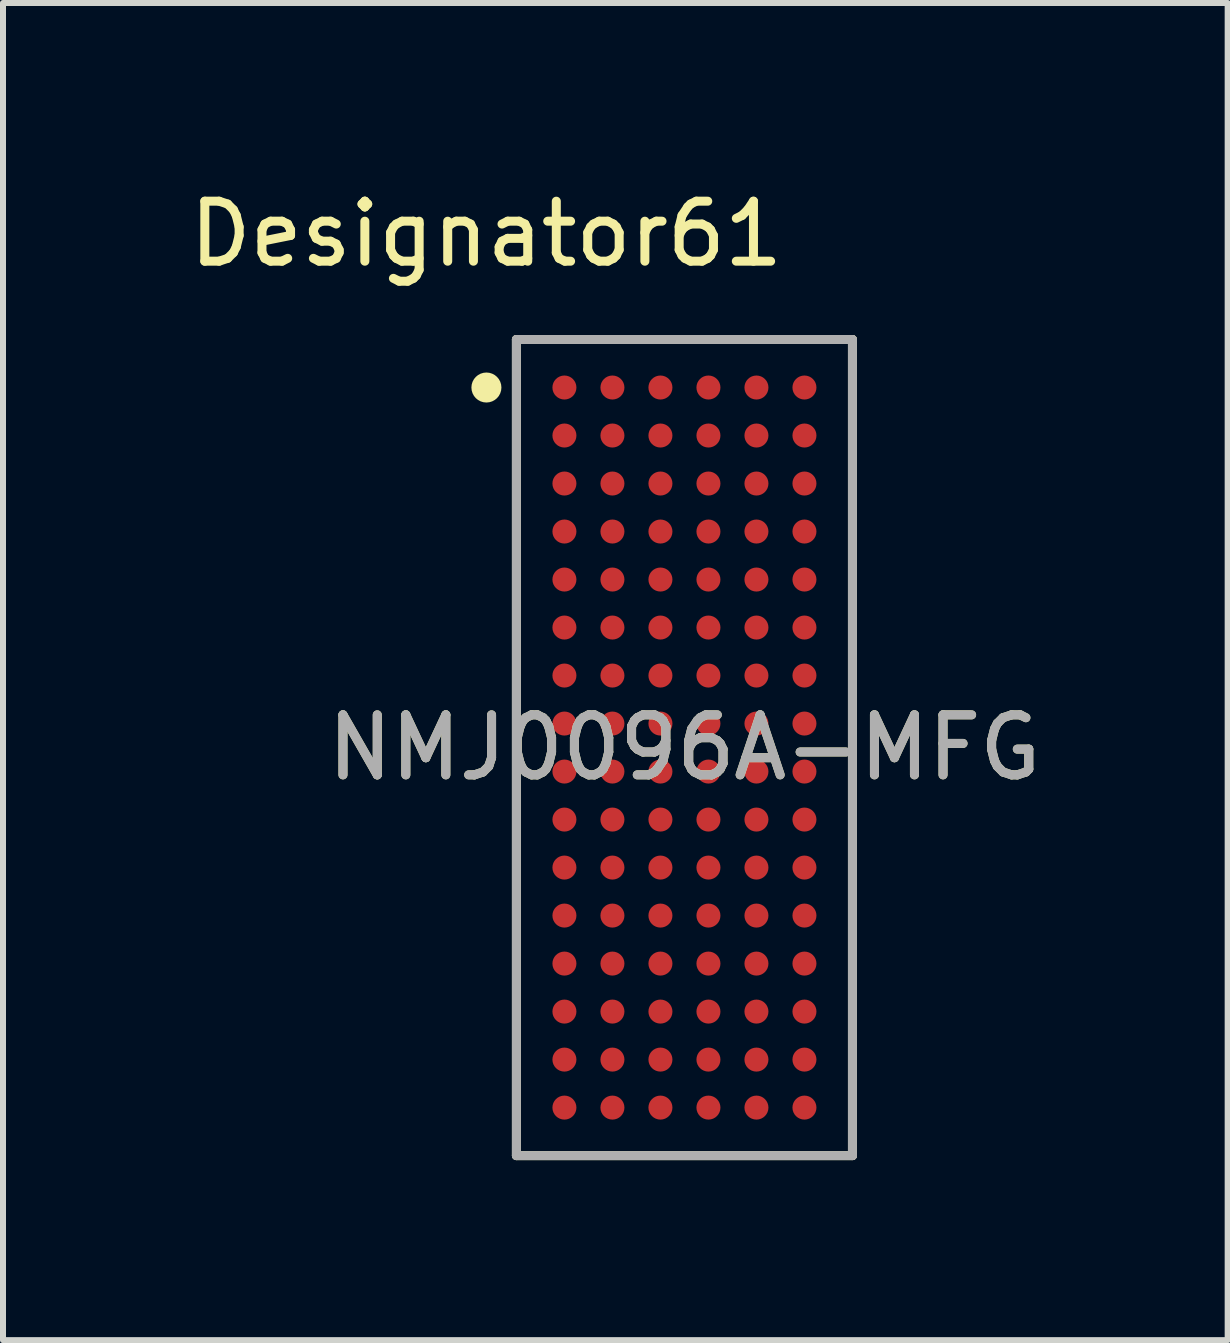
<source format=kicad_pcb>
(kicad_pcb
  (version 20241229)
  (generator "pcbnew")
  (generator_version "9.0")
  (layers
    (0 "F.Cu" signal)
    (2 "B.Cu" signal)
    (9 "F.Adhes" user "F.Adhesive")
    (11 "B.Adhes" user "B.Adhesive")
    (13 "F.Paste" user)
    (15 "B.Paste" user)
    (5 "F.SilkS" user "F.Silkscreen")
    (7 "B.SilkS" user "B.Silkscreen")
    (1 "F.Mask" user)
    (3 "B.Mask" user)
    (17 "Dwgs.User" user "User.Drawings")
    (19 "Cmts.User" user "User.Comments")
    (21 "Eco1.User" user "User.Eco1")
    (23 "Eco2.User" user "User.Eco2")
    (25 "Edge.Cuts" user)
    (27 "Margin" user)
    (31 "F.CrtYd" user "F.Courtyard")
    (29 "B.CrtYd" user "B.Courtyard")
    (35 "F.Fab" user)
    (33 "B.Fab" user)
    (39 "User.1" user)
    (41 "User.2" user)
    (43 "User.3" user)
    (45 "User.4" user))
  (footprint "NMJ0096A-MFG"
    (layer "F.Cu")
    (at 8.356 9.408)
    (property "Reference" "NMJ0096A-MFG" (at 0 0 0) (unlocked yes) (layer "F.SilkS") (effects (font (size 1 1) (thickness 0.15))))
    (attr smd)
    (fp_circle (center -2 -6) (end -1.875 -6) (stroke (width 0.25) (type solid)) (fill no) (layer "F.Mask"))
    (fp_circle (center -2 -5.2) (end -1.875 -5.2) (stroke (width 0.25) (type solid)) (fill no) (layer "F.Mask"))
    (fp_circle (center -2 -4.4) (end -1.875 -4.4) (stroke (width 0.25) (type solid)) (fill no) (layer "F.Mask"))
    (fp_circle (center -2 -3.6) (end -1.875 -3.6) (stroke (width 0.25) (type solid)) (fill no) (layer "F.Mask"))
    (fp_circle (center -2 -2.8) (end -1.875 -2.8) (stroke (width 0.25) (type solid)) (fill no) (layer "F.Mask"))
    (fp_circle (center -2 -2) (end -1.875 -2) (stroke (width 0.25) (type solid)) (fill no) (layer "F.Mask"))
    (fp_circle (center -2 -1.2) (end -1.875 -1.2) (stroke (width 0.25) (type solid)) (fill no) (layer "F.Mask"))
    (fp_circle (center -2 -0.4) (end -1.875 -0.4) (stroke (width 0.25) (type solid)) (fill no) (layer "F.Mask"))
    (fp_circle (center -2 0.4) (end -1.875 0.4) (stroke (width 0.25) (type solid)) (fill no) (layer "F.Mask"))
    (fp_circle (center -2 1.2) (end -1.875 1.2) (stroke (width 0.25) (type solid)) (fill no) (layer "F.Mask"))
    (fp_circle (center -2 2) (end -1.875 2) (stroke (width 0.25) (type solid)) (fill no) (layer "F.Mask"))
    (fp_circle (center -2 2.8) (end -1.875 2.8) (stroke (width 0.25) (type solid)) (fill no) (layer "F.Mask"))
    (fp_circle (center -2 3.6) (end -1.875 3.6) (stroke (width 0.25) (type solid)) (fill no) (layer "F.Mask"))
    (fp_circle (center -2 4.4) (end -1.875 4.4) (stroke (width 0.25) (type solid)) (fill no) (layer "F.Mask"))
    (fp_circle (center -2 5.2) (end -1.875 5.2) (stroke (width 0.25) (type solid)) (fill no) (layer "F.Mask"))
    (fp_circle (center -2 6) (end -1.875 6) (stroke (width 0.25) (type solid)) (fill no) (layer "F.Mask"))
    (fp_circle (center -1.2 -6) (end -1.075 -6) (stroke (width 0.25) (type solid)) (fill no) (layer "F.Mask"))
    (fp_circle (center -1.2 -5.2) (end -1.075 -5.2) (stroke (width 0.25) (type solid)) (fill no) (layer "F.Mask"))
    (fp_circle (center -1.2 -4.4) (end -1.075 -4.4) (stroke (width 0.25) (type solid)) (fill no) (layer "F.Mask"))
    (fp_circle (center -1.2 -3.6) (end -1.075 -3.6) (stroke (width 0.25) (type solid)) (fill no) (layer "F.Mask"))
    (fp_circle (center -1.2 -2.8) (end -1.075 -2.8) (stroke (width 0.25) (type solid)) (fill no) (layer "F.Mask"))
    (fp_circle (center -1.2 -2) (end -1.075 -2) (stroke (width 0.25) (type solid)) (fill no) (layer "F.Mask"))
    (fp_circle (center -1.2 -1.2) (end -1.075 -1.2) (stroke (width 0.25) (type solid)) (fill no) (layer "F.Mask"))
    (fp_circle (center -1.2 -0.4) (end -1.075 -0.4) (stroke (width 0.25) (type solid)) (fill no) (layer "F.Mask"))
    (fp_circle (center -1.2 0.4) (end -1.075 0.4) (stroke (width 0.25) (type solid)) (fill no) (layer "F.Mask"))
    (fp_circle (center -1.2 1.2) (end -1.075 1.2) (stroke (width 0.25) (type solid)) (fill no) (layer "F.Mask"))
    (fp_circle (center -1.2 2) (end -1.075 2) (stroke (width 0.25) (type solid)) (fill no) (layer "F.Mask"))
    (fp_circle (center -1.2 2.8) (end -1.075 2.8) (stroke (width 0.25) (type solid)) (fill no) (layer "F.Mask"))
    (fp_circle (center -1.2 3.6) (end -1.075 3.6) (stroke (width 0.25) (type solid)) (fill no) (layer "F.Mask"))
    (fp_circle (center -1.2 4.4) (end -1.075 4.4) (stroke (width 0.25) (type solid)) (fill no) (layer "F.Mask"))
    (fp_circle (center -1.2 5.2) (end -1.075 5.2) (stroke (width 0.25) (type solid)) (fill no) (layer "F.Mask"))
    (fp_circle (center -1.2 6) (end -1.075 6) (stroke (width 0.25) (type solid)) (fill no) (layer "F.Mask"))
    (fp_circle (center -0.4 -6) (end -0.275 -6) (stroke (width 0.25) (type solid)) (fill no) (layer "F.Mask"))
    (fp_circle (center -0.4 -5.2) (end -0.275 -5.2) (stroke (width 0.25) (type solid)) (fill no) (layer "F.Mask"))
    (fp_circle (center -0.4 -4.4) (end -0.275 -4.4) (stroke (width 0.25) (type solid)) (fill no) (layer "F.Mask"))
    (fp_circle (center -0.4 -3.6) (end -0.275 -3.6) (stroke (width 0.25) (type solid)) (fill no) (layer "F.Mask"))
    (fp_circle (center -0.4 -2.8) (end -0.275 -2.8) (stroke (width 0.25) (type solid)) (fill no) (layer "F.Mask"))
    (fp_circle (center -0.4 -2) (end -0.275 -2) (stroke (width 0.25) (type solid)) (fill no) (layer "F.Mask"))
    (fp_circle (center -0.4 -1.2) (end -0.275 -1.2) (stroke (width 0.25) (type solid)) (fill no) (layer "F.Mask"))
    (fp_circle (center -0.4 -0.4) (end -0.275 -0.4) (stroke (width 0.25) (type solid)) (fill no) (layer "F.Mask"))
    (fp_circle (center -0.4 0.4) (end -0.275 0.4) (stroke (width 0.25) (type solid)) (fill no) (layer "F.Mask"))
    (fp_circle (center -0.4 1.2) (end -0.275 1.2) (stroke (width 0.25) (type solid)) (fill no) (layer "F.Mask"))
    (fp_circle (center -0.4 2) (end -0.275 2) (stroke (width 0.25) (type solid)) (fill no) (layer "F.Mask"))
    (fp_circle (center -0.4 2.8) (end -0.275 2.8) (stroke (width 0.25) (type solid)) (fill no) (layer "F.Mask"))
    (fp_circle (center -0.4 3.6) (end -0.275 3.6) (stroke (width 0.25) (type solid)) (fill no) (layer "F.Mask"))
    (fp_circle (center -0.4 4.4) (end -0.275 4.4) (stroke (width 0.25) (type solid)) (fill no) (layer "F.Mask"))
    (fp_circle (center -0.4 5.2) (end -0.275 5.2) (stroke (width 0.25) (type solid)) (fill no) (layer "F.Mask"))
    (fp_circle (center -0.4 6) (end -0.275 6) (stroke (width 0.25) (type solid)) (fill no) (layer "F.Mask"))
    (fp_circle (center 0.4 -6) (end 0.525 -6) (stroke (width 0.25) (type solid)) (fill no) (layer "F.Mask"))
    (fp_circle (center 0.4 -5.2) (end 0.525 -5.2) (stroke (width 0.25) (type solid)) (fill no) (layer "F.Mask"))
    (fp_circle (center 0.4 -4.4) (end 0.525 -4.4) (stroke (width 0.25) (type solid)) (fill no) (layer "F.Mask"))
    (fp_circle (center 0.4 -3.6) (end 0.525 -3.6) (stroke (width 0.25) (type solid)) (fill no) (layer "F.Mask"))
    (fp_circle (center 0.4 -2.8) (end 0.525 -2.8) (stroke (width 0.25) (type solid)) (fill no) (layer "F.Mask"))
    (fp_circle (center 0.4 -2) (end 0.525 -2) (stroke (width 0.25) (type solid)) (fill no) (layer "F.Mask"))
    (fp_circle (center 0.4 -1.2) (end 0.525 -1.2) (stroke (width 0.25) (type solid)) (fill no) (layer "F.Mask"))
    (fp_circle (center 0.4 -0.4) (end 0.525 -0.4) (stroke (width 0.25) (type solid)) (fill no) (layer "F.Mask"))
    (fp_circle (center 0.4 0.4) (end 0.525 0.4) (stroke (width 0.25) (type solid)) (fill no) (layer "F.Mask"))
    (fp_circle (center 0.4 1.2) (end 0.525 1.2) (stroke (width 0.25) (type solid)) (fill no) (layer "F.Mask"))
    (fp_circle (center 0.4 2) (end 0.525 2) (stroke (width 0.25) (type solid)) (fill no) (layer "F.Mask"))
    (fp_circle (center 0.4 2.8) (end 0.525 2.8) (stroke (width 0.25) (type solid)) (fill no) (layer "F.Mask"))
    (fp_circle (center 0.4 3.6) (end 0.525 3.6) (stroke (width 0.25) (type solid)) (fill no) (layer "F.Mask"))
    (fp_circle (center 0.4 4.4) (end 0.525 4.4) (stroke (width 0.25) (type solid)) (fill no) (layer "F.Mask"))
    (fp_circle (center 0.4 5.2) (end 0.525 5.2) (stroke (width 0.25) (type solid)) (fill no) (layer "F.Mask"))
    (fp_circle (center 0.4 6) (end 0.525 6) (stroke (width 0.25) (type solid)) (fill no) (layer "F.Mask"))
    (fp_circle (center 1.2 -6) (end 1.325 -6) (stroke (width 0.25) (type solid)) (fill no) (layer "F.Mask"))
    (fp_circle (center 1.2 -5.2) (end 1.325 -5.2) (stroke (width 0.25) (type solid)) (fill no) (layer "F.Mask"))
    (fp_circle (center 1.2 -4.4) (end 1.325 -4.4) (stroke (width 0.25) (type solid)) (fill no) (layer "F.Mask"))
    (fp_circle (center 1.2 -3.6) (end 1.325 -3.6) (stroke (width 0.25) (type solid)) (fill no) (layer "F.Mask"))
    (fp_circle (center 1.2 -2.8) (end 1.325 -2.8) (stroke (width 0.25) (type solid)) (fill no) (layer "F.Mask"))
    (fp_circle (center 1.2 -2) (end 1.325 -2) (stroke (width 0.25) (type solid)) (fill no) (layer "F.Mask"))
    (fp_circle (center 1.2 -1.2) (end 1.325 -1.2) (stroke (width 0.25) (type solid)) (fill no) (layer "F.Mask"))
    (fp_circle (center 1.2 -0.4) (end 1.325 -0.4) (stroke (width 0.25) (type solid)) (fill no) (layer "F.Mask"))
    (fp_circle (center 1.2 0.4) (end 1.325 0.4) (stroke (width 0.25) (type solid)) (fill no) (layer "F.Mask"))
    (fp_circle (center 1.2 1.2) (end 1.325 1.2) (stroke (width 0.25) (type solid)) (fill no) (layer "F.Mask"))
    (fp_circle (center 1.2 2) (end 1.325 2) (stroke (width 0.25) (type solid)) (fill no) (layer "F.Mask"))
    (fp_circle (center 1.2 2.8) (end 1.325 2.8) (stroke (width 0.25) (type solid)) (fill no) (layer "F.Mask"))
    (fp_circle (center 1.2 3.6) (end 1.325 3.6) (stroke (width 0.25) (type solid)) (fill no) (layer "F.Mask"))
    (fp_circle (center 1.2 4.4) (end 1.325 4.4) (stroke (width 0.25) (type solid)) (fill no) (layer "F.Mask"))
    (fp_circle (center 1.2 5.2) (end 1.325 5.2) (stroke (width 0.25) (type solid)) (fill no) (layer "F.Mask"))
    (fp_circle (center 1.2 6) (end 1.325 6) (stroke (width 0.25) (type solid)) (fill no) (layer "F.Mask"))
    (fp_circle (center 2 -6) (end 2.125 -6) (stroke (width 0.25) (type solid)) (fill no) (layer "F.Mask"))
    (fp_circle (center 2 -5.2) (end 2.125 -5.2) (stroke (width 0.25) (type solid)) (fill no) (layer "F.Mask"))
    (fp_circle (center 2 -4.4) (end 2.125 -4.4) (stroke (width 0.25) (type solid)) (fill no) (layer "F.Mask"))
    (fp_circle (center 2 -3.6) (end 2.125 -3.6) (stroke (width 0.25) (type solid)) (fill no) (layer "F.Mask"))
    (fp_circle (center 2 -2.8) (end 2.125 -2.8) (stroke (width 0.25) (type solid)) (fill no) (layer "F.Mask"))
    (fp_circle (center 2 -2) (end 2.125 -2) (stroke (width 0.25) (type solid)) (fill no) (layer "F.Mask"))
    (fp_circle (center 2 -1.2) (end 2.125 -1.2) (stroke (width 0.25) (type solid)) (fill no) (layer "F.Mask"))
    (fp_circle (center 2 -0.4) (end 2.125 -0.4) (stroke (width 0.25) (type solid)) (fill no) (layer "F.Mask"))
    (fp_circle (center 2 0.4) (end 2.125 0.4) (stroke (width 0.25) (type solid)) (fill no) (layer "F.Mask"))
    (fp_circle (center 2 1.2) (end 2.125 1.2) (stroke (width 0.25) (type solid)) (fill no) (layer "F.Mask"))
    (fp_circle (center 2 2) (end 2.125 2) (stroke (width 0.25) (type solid)) (fill no) (layer "F.Mask"))
    (fp_circle (center 2 2.8) (end 2.125 2.8) (stroke (width 0.25) (type solid)) (fill no) (layer "F.Mask"))
    (fp_circle (center 2 3.6) (end 2.125 3.6) (stroke (width 0.25) (type solid)) (fill no) (layer "F.Mask"))
    (fp_circle (center 2 4.4) (end 2.125 4.4) (stroke (width 0.25) (type solid)) (fill no) (layer "F.Mask"))
    (fp_circle (center 2 5.2) (end 2.125 5.2) (stroke (width 0.25) (type solid)) (fill no) (layer "F.Mask"))
    (fp_circle (center 2 6) (end 2.125 6) (stroke (width 0.25) (type solid)) (fill no) (layer "F.Mask"))
    (fp_line (start -2.8 -6.8) (end 2.8 -6.8) (stroke (width 0.15) (type solid)) (layer "F.SilkS"))
    (fp_line (start -2.8 6.8) (end -2.8 -6.8) (stroke (width 0.15) (type solid)) (layer "F.SilkS"))
    (fp_line (start -2.8 6.8) (end 2.8 6.8) (stroke (width 0.15) (type solid)) (layer "F.SilkS"))
    (fp_line (start 2.8 6.8) (end 2.8 -6.8) (stroke (width 0.15) (type solid)) (layer "F.SilkS"))
    (fp_circle (center -3.3 -6) (end -3.175 -6) (stroke (width 0.25) (type solid)) (fill no) (layer "F.SilkS"))
    (fp_line (start -2.8 -6.8) (end 2.8 -6.8) (stroke (width 0.15) (type solid)) (layer "F.Fab"))
    (fp_line (start -2.8 6.8) (end -2.8 -6.8) (stroke (width 0.15) (type solid)) (layer "F.Fab"))
    (fp_line (start -2.8 6.8) (end 2.8 6.8) (stroke (width 0.15) (type solid)) (layer "F.Fab"))
    (fp_line (start 2.8 6.8) (end 2.8 -6.8) (stroke (width 0.15) (type solid)) (layer "F.Fab"))
    (fp_text user "Designator61" (at -3.302 -8.56 0) (unlocked yes) (layer "F.SilkS") (effects (font (size 1 1) (thickness 0.15))))
    (fp_text user "${REFERENCE}" (at 0 0 0) (unlocked yes) (layer "F.Fab") (effects (font (size 1 1) (thickness 0.15))))
    (pad "A1" smd circle (at -2 -6) (size 0.4 0.4) (layers "F.Cu" "F.Paste"))
    (pad "A2" smd circle (at -1.2 -6) (size 0.4 0.4) (layers "F.Cu" "F.Paste"))
    (pad "A3" smd circle (at -0.4 -6) (size 0.4 0.4) (layers "F.Cu" "F.Paste"))
    (pad "A4" smd circle (at 0.4 -6) (size 0.4 0.4) (layers "F.Cu" "F.Paste"))
    (pad "A5" smd circle (at 1.2 -6) (size 0.4 0.4) (layers "F.Cu" "F.Paste"))
    (pad "A6" smd circle (at 2 -6) (size 0.4 0.4) (layers "F.Cu" "F.Paste"))
    (pad "B1" smd circle (at -2 -5.2) (size 0.4 0.4) (layers "F.Cu" "F.Paste"))
    (pad "B2" smd circle (at -1.2 -5.2) (size 0.4 0.4) (layers "F.Cu" "F.Paste"))
    (pad "B3" smd circle (at -0.4 -5.2) (size 0.4 0.4) (layers "F.Cu" "F.Paste"))
    (pad "B4" smd circle (at 0.4 -5.2) (size 0.4 0.4) (layers "F.Cu" "F.Paste"))
    (pad "B5" smd circle (at 1.2 -5.2) (size 0.4 0.4) (layers "F.Cu" "F.Paste"))
    (pad "B6" smd circle (at 2 -5.2) (size 0.4 0.4) (layers "F.Cu" "F.Paste"))
    (pad "C1" smd circle (at -2 -4.4) (size 0.4 0.4) (layers "F.Cu" "F.Paste"))
    (pad "C2" smd circle (at -1.2 -4.4) (size 0.4 0.4) (layers "F.Cu" "F.Paste"))
    (pad "C3" smd circle (at -0.4 -4.4) (size 0.4 0.4) (layers "F.Cu" "F.Paste"))
    (pad "C4" smd circle (at 0.4 -4.4) (size 0.4 0.4) (layers "F.Cu" "F.Paste"))
    (pad "C5" smd circle (at 1.2 -4.4) (size 0.4 0.4) (layers "F.Cu" "F.Paste"))
    (pad "C6" smd circle (at 2 -4.4) (size 0.4 0.4) (layers "F.Cu" "F.Paste"))
    (pad "D1" smd circle (at -2 -3.6) (size 0.4 0.4) (layers "F.Cu" "F.Paste"))
    (pad "D2" smd circle (at -1.2 -3.6) (size 0.4 0.4) (layers "F.Cu" "F.Paste"))
    (pad "D3" smd circle (at -0.4 -3.6) (size 0.4 0.4) (layers "F.Cu" "F.Paste"))
    (pad "D4" smd circle (at 0.4 -3.6) (size 0.4 0.4) (layers "F.Cu" "F.Paste"))
    (pad "D5" smd circle (at 1.2 -3.6) (size 0.4 0.4) (layers "F.Cu" "F.Paste"))
    (pad "D6" smd circle (at 2 -3.6) (size 0.4 0.4) (layers "F.Cu" "F.Paste"))
    (pad "E1" smd circle (at -2 -2.8) (size 0.4 0.4) (layers "F.Cu" "F.Paste"))
    (pad "E2" smd circle (at -1.2 -2.8) (size 0.4 0.4) (layers "F.Cu" "F.Paste"))
    (pad "E3" smd circle (at -0.4 -2.8) (size 0.4 0.4) (layers "F.Cu" "F.Paste"))
    (pad "E4" smd circle (at 0.4 -2.8) (size 0.4 0.4) (layers "F.Cu" "F.Paste"))
    (pad "E5" smd circle (at 1.2 -2.8) (size 0.4 0.4) (layers "F.Cu" "F.Paste"))
    (pad "E6" smd circle (at 2 -2.8) (size 0.4 0.4) (layers "F.Cu" "F.Paste"))
    (pad "F1" smd circle (at -2 -2) (size 0.4 0.4) (layers "F.Cu" "F.Paste"))
    (pad "F2" smd circle (at -1.2 -2) (size 0.4 0.4) (layers "F.Cu" "F.Paste"))
    (pad "F3" smd circle (at -0.4 -2) (size 0.4 0.4) (layers "F.Cu" "F.Paste"))
    (pad "F4" smd circle (at 0.4 -2) (size 0.4 0.4) (layers "F.Cu" "F.Paste"))
    (pad "F5" smd circle (at 1.2 -2) (size 0.4 0.4) (layers "F.Cu" "F.Paste"))
    (pad "F6" smd circle (at 2 -2) (size 0.4 0.4) (layers "F.Cu" "F.Paste"))
    (pad "G1" smd circle (at -2 -1.2) (size 0.4 0.4) (layers "F.Cu" "F.Paste"))
    (pad "G2" smd circle (at -1.2 -1.2) (size 0.4 0.4) (layers "F.Cu" "F.Paste"))
    (pad "G3" smd circle (at -0.4 -1.2) (size 0.4 0.4) (layers "F.Cu" "F.Paste"))
    (pad "G4" smd circle (at 0.4 -1.2) (size 0.4 0.4) (layers "F.Cu" "F.Paste"))
    (pad "G5" smd circle (at 1.2 -1.2) (size 0.4 0.4) (layers "F.Cu" "F.Paste"))
    (pad "G6" smd circle (at 2 -1.2) (size 0.4 0.4) (layers "F.Cu" "F.Paste"))
    (pad "H1" smd circle (at -2 -0.4) (size 0.4 0.4) (layers "F.Cu" "F.Paste"))
    (pad "H2" smd circle (at -1.2 -0.4) (size 0.4 0.4) (layers "F.Cu" "F.Paste"))
    (pad "H3" smd circle (at -0.4 -0.4) (size 0.4 0.4) (layers "F.Cu" "F.Paste"))
    (pad "H4" smd circle (at 0.4 -0.4) (size 0.4 0.4) (layers "F.Cu" "F.Paste"))
    (pad "H5" smd circle (at 1.2 -0.4) (size 0.4 0.4) (layers "F.Cu" "F.Paste"))
    (pad "H6" smd circle (at 2 -0.4) (size 0.4 0.4) (layers "F.Cu" "F.Paste"))
    (pad "J1" smd circle (at -2 0.4) (size 0.4 0.4) (layers "F.Cu" "F.Paste"))
    (pad "J2" smd circle (at -1.2 0.4) (size 0.4 0.4) (layers "F.Cu" "F.Paste"))
    (pad "J3" smd circle (at -0.4 0.4) (size 0.4 0.4) (layers "F.Cu" "F.Paste"))
    (pad "J4" smd circle (at 0.4 0.4) (size 0.4 0.4) (layers "F.Cu" "F.Paste"))
    (pad "J5" smd circle (at 1.2 0.4) (size 0.4 0.4) (layers "F.Cu" "F.Paste"))
    (pad "J6" smd circle (at 2 0.4) (size 0.4 0.4) (layers "F.Cu" "F.Paste"))
    (pad "K1" smd circle (at -2 1.2) (size 0.4 0.4) (layers "F.Cu" "F.Paste"))
    (pad "K2" smd circle (at -1.2 1.2) (size 0.4 0.4) (layers "F.Cu" "F.Paste"))
    (pad "K3" smd circle (at -0.4 1.2) (size 0.4 0.4) (layers "F.Cu" "F.Paste"))
    (pad "K4" smd circle (at 0.4 1.2) (size 0.4 0.4) (layers "F.Cu" "F.Paste"))
    (pad "K5" smd circle (at 1.2 1.2) (size 0.4 0.4) (layers "F.Cu" "F.Paste"))
    (pad "K6" smd circle (at 2 1.2) (size 0.4 0.4) (layers "F.Cu" "F.Paste"))
    (pad "L1" smd circle (at -2 2) (size 0.4 0.4) (layers "F.Cu" "F.Paste"))
    (pad "L2" smd circle (at -1.2 2) (size 0.4 0.4) (layers "F.Cu" "F.Paste"))
    (pad "L3" smd circle (at -0.4 2) (size 0.4 0.4) (layers "F.Cu" "F.Paste"))
    (pad "L4" smd circle (at 0.4 2) (size 0.4 0.4) (layers "F.Cu" "F.Paste"))
    (pad "L5" smd circle (at 1.2 2) (size 0.4 0.4) (layers "F.Cu" "F.Paste"))
    (pad "L6" smd circle (at 2 2) (size 0.4 0.4) (layers "F.Cu" "F.Paste"))
    (pad "M1" smd circle (at -2 2.8) (size 0.4 0.4) (layers "F.Cu" "F.Paste"))
    (pad "M2" smd circle (at -1.2 2.8) (size 0.4 0.4) (layers "F.Cu" "F.Paste"))
    (pad "M3" smd circle (at -0.4 2.8) (size 0.4 0.4) (layers "F.Cu" "F.Paste"))
    (pad "M4" smd circle (at 0.4 2.8) (size 0.4 0.4) (layers "F.Cu" "F.Paste"))
    (pad "M5" smd circle (at 1.2 2.8) (size 0.4 0.4) (layers "F.Cu" "F.Paste"))
    (pad "M6" smd circle (at 2 2.8) (size 0.4 0.4) (layers "F.Cu" "F.Paste"))
    (pad "N1" smd circle (at -2 3.6) (size 0.4 0.4) (layers "F.Cu" "F.Paste"))
    (pad "N2" smd circle (at -1.2 3.6) (size 0.4 0.4) (layers "F.Cu" "F.Paste"))
    (pad "N3" smd circle (at -0.4 3.6) (size 0.4 0.4) (layers "F.Cu" "F.Paste"))
    (pad "N4" smd circle (at 0.4 3.6) (size 0.4 0.4) (layers "F.Cu" "F.Paste"))
    (pad "N5" smd circle (at 1.2 3.6) (size 0.4 0.4) (layers "F.Cu" "F.Paste"))
    (pad "N6" smd circle (at 2 3.6) (size 0.4 0.4) (layers "F.Cu" "F.Paste"))
    (pad "P1" smd circle (at -2 4.4) (size 0.4 0.4) (layers "F.Cu" "F.Paste"))
    (pad "P2" smd circle (at -1.2 4.4) (size 0.4 0.4) (layers "F.Cu" "F.Paste"))
    (pad "P3" smd circle (at -0.4 4.4) (size 0.4 0.4) (layers "F.Cu" "F.Paste"))
    (pad "P4" smd circle (at 0.4 4.4) (size 0.4 0.4) (layers "F.Cu" "F.Paste"))
    (pad "P5" smd circle (at 1.2 4.4) (size 0.4 0.4) (layers "F.Cu" "F.Paste"))
    (pad "P6" smd circle (at 2 4.4) (size 0.4 0.4) (layers "F.Cu" "F.Paste"))
    (pad "R1" smd circle (at -2 5.2) (size 0.4 0.4) (layers "F.Cu" "F.Paste"))
    (pad "R2" smd circle (at -1.2 5.2) (size 0.4 0.4) (layers "F.Cu" "F.Paste"))
    (pad "R3" smd circle (at -0.4 5.2) (size 0.4 0.4) (layers "F.Cu" "F.Paste"))
    (pad "R4" smd circle (at 0.4 5.2) (size 0.4 0.4) (layers "F.Cu" "F.Paste"))
    (pad "R5" smd circle (at 1.2 5.2) (size 0.4 0.4) (layers "F.Cu" "F.Paste"))
    (pad "R6" smd circle (at 2 5.2) (size 0.4 0.4) (layers "F.Cu" "F.Paste"))
    (pad "T1" smd circle (at -2 6) (size 0.4 0.4) (layers "F.Cu" "F.Paste"))
    (pad "T2" smd circle (at -1.2 6) (size 0.4 0.4) (layers "F.Cu" "F.Paste"))
    (pad "T3" smd circle (at -0.4 6) (size 0.4 0.4) (layers "F.Cu" "F.Paste"))
    (pad "T4" smd circle (at 0.4 6) (size 0.4 0.4) (layers "F.Cu" "F.Paste"))
    (pad "T5" smd circle (at 1.2 6) (size 0.4 0.4) (layers "F.Cu" "F.Paste"))
    (pad "T6" smd circle (at 2 6) (size 0.4 0.4) (layers "F.Cu" "F.Paste")))
  (gr_rect
    (start -3 -3)
    (end 17.409 19.283)
    (stroke (width 0.1) (type default))
    (fill no)
    (layer "Edge.Cuts")))
</source>
